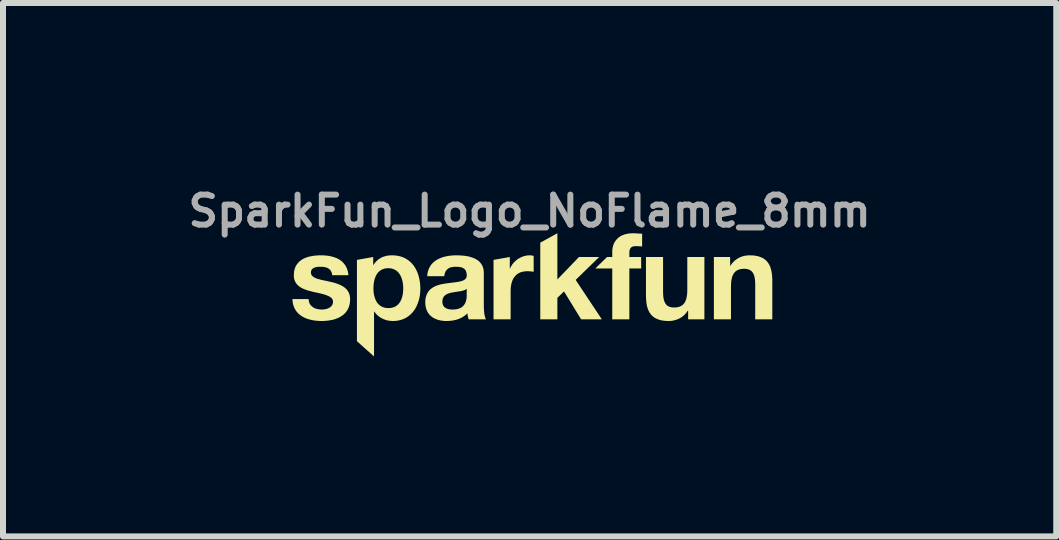
<source format=kicad_pcb>
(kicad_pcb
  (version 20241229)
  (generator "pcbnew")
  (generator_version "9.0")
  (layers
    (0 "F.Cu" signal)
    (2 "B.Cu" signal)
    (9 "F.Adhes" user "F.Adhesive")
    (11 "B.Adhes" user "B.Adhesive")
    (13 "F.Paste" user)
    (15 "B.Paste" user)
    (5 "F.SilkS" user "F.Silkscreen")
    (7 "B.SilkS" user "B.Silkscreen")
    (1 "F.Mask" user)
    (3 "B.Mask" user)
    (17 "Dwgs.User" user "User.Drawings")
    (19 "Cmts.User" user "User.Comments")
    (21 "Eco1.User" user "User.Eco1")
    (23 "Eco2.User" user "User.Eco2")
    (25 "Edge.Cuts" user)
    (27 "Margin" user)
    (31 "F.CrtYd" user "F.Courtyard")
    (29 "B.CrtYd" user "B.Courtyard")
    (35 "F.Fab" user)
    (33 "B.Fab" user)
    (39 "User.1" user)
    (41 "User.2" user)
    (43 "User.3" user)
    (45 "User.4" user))
  (footprint "SparkFun_Logo_NoFlame_8mm"
    (layer "F.Cu")
    (at 5.779 1.738)
    (property "Reference" "SparkFun_Logo_NoFlame_8mm" (at 0 -1.27 0) (layer "F.Fab") (effects (font (size 0.5 0.5) (thickness 0.1))))
    (attr board_only exclude_from_pos_files exclude_from_bom)
    (fp_poly (pts (xy 0.462 -0.13) (xy 0.822 -0.504) (xy 1.159 -0.504) (xy 0.767 -0.122) (xy 1.203 0.535) (xy 0.858 0.535) (xy 0.573 0.07) (xy 0.462 0.177) (xy 0.462 0.535) (xy 0.177 0.535) (xy 0.177 -0.743) (xy 0.462 -0.9)) (stroke (width 0) (type solid)) (fill yes) (layer "F.SilkS"))
    (fp_poly (pts (xy 0.008 -0.532) (xy 0.012 -0.532) (xy 0.016 -0.532) (xy 0.02 -0.531) (xy 0.028 -0.53) (xy 0.036 -0.529) (xy 0.044 -0.528) (xy 0.052 -0.526) (xy 0.059 -0.524) (xy 0.067 -0.522) (xy 0.067 -0.257) (xy 0.056 -0.259) (xy 0.044 -0.261) (xy 0.032 -0.263) (xy 0.018 -0.264) (xy 0.005 -0.265) (xy -0.009 -0.266) (xy -0.023 -0.267) (xy -0.036 -0.267) (xy -0.055 -0.266) (xy -0.074 -0.265) (xy -0.092 -0.263) (xy -0.109 -0.26) (xy -0.125 -0.256) (xy -0.14 -0.252) (xy -0.155 -0.247) (xy -0.169 -0.241) (xy -0.182 -0.234) (xy -0.195 -0.227) (xy -0.206 -0.219) (xy -0.218 -0.21) (xy -0.228 -0.201) (xy -0.238 -0.191) (xy -0.247 -0.18) (xy -0.256 -0.169) (xy -0.264 -0.158) (xy -0.271 -0.146) (xy -0.278 -0.133) (xy -0.284 -0.12) (xy -0.289 -0.107) (xy -0.294 -0.093) (xy -0.299 -0.078) (xy -0.303 -0.063) (xy -0.306 -0.048) (xy -0.309 -0.033) (xy -0.314 -0.001) (xy -0.316 0.032) (xy -0.317 0.067) (xy -0.317 0.535) (xy -0.602 0.535) (xy -0.602 -0.456) (xy -0.331 -0.504) (xy -0.331 -0.311) (xy -0.327 -0.311) (xy -0.322 -0.323) (xy -0.316 -0.335) (xy -0.31 -0.347) (xy -0.303 -0.358) (xy -0.296 -0.369) (xy -0.289 -0.38) (xy -0.281 -0.39) (xy -0.273 -0.401) (xy -0.264 -0.411) (xy -0.255 -0.42) (xy -0.246 -0.429) (xy -0.236 -0.438) (xy -0.226 -0.447) (xy -0.216 -0.455) (xy -0.205 -0.463) (xy -0.195 -0.471) (xy -0.184 -0.478) (xy -0.172 -0.484) (xy -0.161 -0.491) (xy -0.149 -0.497) (xy -0.137 -0.502) (xy -0.125 -0.507) (xy -0.113 -0.512) (xy -0.1 -0.516) (xy -0.087 -0.52) (xy -0.075 -0.523) (xy -0.062 -0.526) (xy -0.049 -0.528) (xy -0.036 -0.53) (xy -0.022 -0.531) (xy -0.009 -0.532) (xy 0.004 -0.532)) (stroke (width 0) (type solid)) (fill yes) (layer "F.SilkS"))
    (fp_poly (pts (xy 1.743 -0.899) (xy 1.762 -0.899) (xy 1.781 -0.898) (xy 1.8 -0.896) (xy 1.838 -0.894) (xy 1.857 -0.893) (xy 1.875 -0.892) (xy 1.875 -0.679) (xy 1.862 -0.68) (xy 1.849 -0.681) (xy 1.836 -0.682) (xy 1.823 -0.683) (xy 1.809 -0.684) (xy 1.796 -0.684) (xy 1.783 -0.685) (xy 1.771 -0.685) (xy 1.756 -0.684) (xy 1.75 -0.684) (xy 1.743 -0.683) (xy 1.737 -0.682) (xy 1.731 -0.681) (xy 1.726 -0.68) (xy 1.721 -0.678) (xy 1.715 -0.677) (xy 1.711 -0.675) (xy 1.706 -0.672) (xy 1.702 -0.67) (xy 1.698 -0.667) (xy 1.694 -0.664) (xy 1.69 -0.661) (xy 1.687 -0.658) (xy 1.684 -0.654) (xy 1.681 -0.65) (xy 1.678 -0.646) (xy 1.676 -0.642) (xy 1.673 -0.637) (xy 1.671 -0.632) (xy 1.669 -0.627) (xy 1.668 -0.621) (xy 1.666 -0.615) (xy 1.665 -0.609) (xy 1.664 -0.603) (xy 1.663 -0.596) (xy 1.662 -0.582) (xy 1.662 -0.566) (xy 1.662 -0.504) (xy 1.859 -0.504) (xy 1.859 -0.313) (xy 1.662 -0.313) (xy 1.662 0.535) (xy 1.377 0.535) (xy 1.377 -0.313) (xy 1.095 -0.313) (xy 1.29 -0.504) (xy 1.377 -0.504) (xy 1.377 -0.584) (xy 1.377 -0.601) (xy 1.378 -0.618) (xy 1.38 -0.635) (xy 1.382 -0.651) (xy 1.385 -0.667) (xy 1.389 -0.682) (xy 1.393 -0.697) (xy 1.398 -0.711) (xy 1.404 -0.726) (xy 1.41 -0.739) (xy 1.417 -0.752) (xy 1.425 -0.765) (xy 1.434 -0.777) (xy 1.443 -0.789) (xy 1.453 -0.8) (xy 1.463 -0.811) (xy 1.474 -0.821) (xy 1.486 -0.831) (xy 1.499 -0.84) (xy 1.512 -0.849) (xy 1.526 -0.856) (xy 1.54 -0.864) (xy 1.556 -0.87) (xy 1.572 -0.876) (xy 1.588 -0.882) (xy 1.606 -0.886) (xy 1.624 -0.89) (xy 1.642 -0.894) (xy 1.662 -0.896) (xy 1.682 -0.898) (xy 1.703 -0.899) (xy 1.724 -0.9)) (stroke (width 0) (type solid)) (fill yes) (layer "F.SilkS"))
    (fp_poly (pts (xy 2.224 0.083) (xy 2.225 0.114) (xy 2.227 0.143) (xy 2.23 0.17) (xy 2.234 0.194) (xy 2.239 0.217) (xy 2.247 0.238) (xy 2.251 0.248) (xy 2.255 0.257) (xy 2.26 0.266) (xy 2.265 0.274) (xy 2.271 0.282) (xy 2.277 0.289) (xy 2.283 0.296) (xy 2.29 0.302) (xy 2.297 0.308) (xy 2.305 0.313) (xy 2.313 0.318) (xy 2.322 0.322) (xy 2.331 0.326) (xy 2.34 0.329) (xy 2.35 0.331) (xy 2.36 0.334) (xy 2.371 0.335) (xy 2.383 0.337) (xy 2.394 0.337) (xy 2.407 0.338) (xy 2.421 0.337) (xy 2.435 0.337) (xy 2.448 0.335) (xy 2.461 0.334) (xy 2.473 0.331) (xy 2.485 0.328) (xy 2.496 0.325) (xy 2.507 0.321) (xy 2.517 0.316) (xy 2.527 0.311) (xy 2.536 0.305) (xy 2.545 0.299) (xy 2.553 0.292) (xy 2.561 0.285) (xy 2.568 0.277) (xy 2.575 0.268) (xy 2.582 0.259) (xy 2.588 0.249) (xy 2.594 0.238) (xy 2.599 0.227) (xy 2.603 0.215) (xy 2.608 0.203) (xy 2.612 0.19) (xy 2.615 0.176) (xy 2.618 0.161) (xy 2.621 0.146) (xy 2.623 0.13) (xy 2.625 0.114) (xy 2.626 0.096) (xy 2.627 0.079) (xy 2.628 0.04) (xy 2.628 -0.504) (xy 2.913 -0.504) (xy 2.913 0.535) (xy 2.642 0.535) (xy 2.642 0.39) (xy 2.636 0.39) (xy 2.629 0.401) (xy 2.622 0.411) (xy 2.614 0.422) (xy 2.606 0.431) (xy 2.598 0.441) (xy 2.59 0.45) (xy 2.582 0.459) (xy 2.573 0.467) (xy 2.564 0.475) (xy 2.555 0.482) (xy 2.545 0.49) (xy 2.536 0.497) (xy 2.516 0.509) (xy 2.495 0.521) (xy 2.474 0.531) (xy 2.453 0.539) (xy 2.431 0.546) (xy 2.409 0.552) (xy 2.386 0.557) (xy 2.364 0.56) (xy 2.341 0.562) (xy 2.318 0.563) (xy 2.291 0.562) (xy 2.264 0.561) (xy 2.239 0.558) (xy 2.215 0.555) (xy 2.192 0.551) (xy 2.171 0.545) (xy 2.15 0.539) (xy 2.131 0.532) (xy 2.113 0.524) (xy 2.096 0.515) (xy 2.08 0.506) (xy 2.065 0.495) (xy 2.051 0.484) (xy 2.038 0.472) (xy 2.026 0.459) (xy 2.015 0.445) (xy 2.005 0.431) (xy 1.995 0.416) (xy 1.987 0.4) (xy 1.979 0.383) (xy 1.972 0.366) (xy 1.966 0.348) (xy 1.96 0.329) (xy 1.955 0.31) (xy 1.948 0.27) (xy 1.943 0.227) (xy 1.94 0.182) (xy 1.939 0.135) (xy 1.939 -0.504) (xy 2.224 -0.504)) (stroke (width 0) (type solid)) (fill yes) (layer "F.SilkS"))
    (fp_poly (pts (xy 3.693 -0.531) (xy 3.72 -0.53) (xy 3.745 -0.528) (xy 3.769 -0.524) (xy 3.791 -0.52) (xy 3.813 -0.515) (xy 3.833 -0.508) (xy 3.853 -0.501) (xy 3.871 -0.493) (xy 3.888 -0.485) (xy 3.904 -0.475) (xy 3.919 -0.464) (xy 3.933 -0.453) (xy 3.946 -0.441) (xy 3.958 -0.428) (xy 3.969 -0.414) (xy 3.979 -0.4) (xy 3.988 -0.385) (xy 3.997 -0.369) (xy 4.005 -0.353) (xy 4.012 -0.335) (xy 4.018 -0.317) (xy 4.023 -0.299) (xy 4.028 -0.279) (xy 4.036 -0.239) (xy 4.041 -0.196) (xy 4.044 -0.151) (xy 4.045 -0.104) (xy 4.045 0.535) (xy 3.76 0.535) (xy 3.76 -0.052) (xy 3.759 -0.083) (xy 3.757 -0.112) (xy 3.754 -0.139) (xy 3.75 -0.164) (xy 3.744 -0.187) (xy 3.737 -0.208) (xy 3.733 -0.217) (xy 3.729 -0.227) (xy 3.724 -0.235) (xy 3.719 -0.243) (xy 3.713 -0.251) (xy 3.707 -0.258) (xy 3.701 -0.265) (xy 3.694 -0.271) (xy 3.687 -0.277) (xy 3.679 -0.282) (xy 3.671 -0.287) (xy 3.662 -0.291) (xy 3.653 -0.295) (xy 3.644 -0.298) (xy 3.634 -0.301) (xy 3.623 -0.303) (xy 3.612 -0.305) (xy 3.601 -0.306) (xy 3.589 -0.307) (xy 3.577 -0.307) (xy 3.563 -0.307) (xy 3.549 -0.306) (xy 3.536 -0.305) (xy 3.523 -0.303) (xy 3.511 -0.301) (xy 3.499 -0.298) (xy 3.488 -0.294) (xy 3.477 -0.29) (xy 3.467 -0.286) (xy 3.457 -0.281) (xy 3.448 -0.275) (xy 3.439 -0.269) (xy 3.431 -0.262) (xy 3.423 -0.254) (xy 3.415 -0.246) (xy 3.408 -0.237) (xy 3.402 -0.228) (xy 3.396 -0.218) (xy 3.39 -0.208) (xy 3.385 -0.196) (xy 3.38 -0.185) (xy 3.376 -0.172) (xy 3.372 -0.159) (xy 3.369 -0.145) (xy 3.366 -0.131) (xy 3.363 -0.115) (xy 3.361 -0.1) (xy 3.359 -0.083) (xy 3.358 -0.066) (xy 3.357 -0.048) (xy 3.356 -0.01) (xy 3.356 0.535) (xy 3.071 0.535) (xy 3.071 -0.504) (xy 3.342 -0.504) (xy 3.342 -0.359) (xy 3.348 -0.359) (xy 3.355 -0.37) (xy 3.362 -0.381) (xy 3.37 -0.391) (xy 3.377 -0.401) (xy 3.385 -0.41) (xy 3.394 -0.419) (xy 3.402 -0.428) (xy 3.411 -0.436) (xy 3.42 -0.444) (xy 3.429 -0.452) (xy 3.439 -0.459) (xy 3.448 -0.466) (xy 3.468 -0.479) (xy 3.488 -0.49) (xy 3.509 -0.5) (xy 3.531 -0.509) (xy 3.553 -0.516) (xy 3.575 -0.522) (xy 3.597 -0.526) (xy 3.62 -0.529) (xy 3.643 -0.531) (xy 3.665 -0.532)) (stroke (width 0) (type solid)) (fill yes) (layer "F.SilkS"))
    (fp_poly (pts (xy -2.264 -0.531) (xy -2.235 -0.529) (xy -2.208 -0.525) (xy -2.181 -0.52) (xy -2.155 -0.514) (xy -2.13 -0.506) (xy -2.106 -0.497) (xy -2.083 -0.486) (xy -2.062 -0.475) (xy -2.041 -0.462) (xy -2.021 -0.448) (xy -2.002 -0.433) (xy -1.984 -0.417) (xy -1.967 -0.4) (xy -1.951 -0.382) (xy -1.936 -0.363) (xy -1.922 -0.344) (xy -1.909 -0.323) (xy -1.897 -0.302) (xy -1.886 -0.28) (xy -1.876 -0.257) (xy -1.866 -0.234) (xy -1.858 -0.21) (xy -1.85 -0.185) (xy -1.844 -0.16) (xy -1.838 -0.135) (xy -1.829 -0.082) (xy -1.824 -0.029) (xy -1.822 0.026) (xy -1.824 0.078) (xy -1.829 0.129) (xy -1.838 0.179) (xy -1.851 0.227) (xy -1.867 0.274) (xy -1.886 0.318) (xy -1.897 0.339) (xy -1.909 0.36) (xy -1.922 0.38) (xy -1.936 0.399) (xy -1.95 0.417) (xy -1.966 0.434) (xy -1.983 0.451) (xy -2 0.466) (xy -2.018 0.481) (xy -2.037 0.494) (xy -2.057 0.507) (xy -2.078 0.518) (xy -2.1 0.528) (xy -2.123 0.537) (xy -2.147 0.545) (xy -2.171 0.551) (xy -2.197 0.556) (xy -2.223 0.56) (xy -2.25 0.562) (xy -2.278 0.563) (xy -2.302 0.562) (xy -2.325 0.56) (xy -2.348 0.557) (xy -2.371 0.553) (xy -2.393 0.547) (xy -2.414 0.54) (xy -2.435 0.532) (xy -2.455 0.523) (xy -2.475 0.512) (xy -2.494 0.501) (xy -2.512 0.488) (xy -2.529 0.474) (xy -2.546 0.459) (xy -2.561 0.442) (xy -2.576 0.425) (xy -2.59 0.406) (xy -2.594 0.406) (xy -2.594 1.154) (xy -2.879 0.9) (xy -2.879 0.018) (xy -2.604 0.018) (xy -2.603 0.05) (xy -2.601 0.081) (xy -2.597 0.111) (xy -2.591 0.141) (xy -2.583 0.169) (xy -2.574 0.197) (xy -2.562 0.222) (xy -2.556 0.235) (xy -2.549 0.246) (xy -2.541 0.258) (xy -2.533 0.268) (xy -2.524 0.278) (xy -2.515 0.288) (xy -2.505 0.297) (xy -2.494 0.305) (xy -2.483 0.313) (xy -2.472 0.32) (xy -2.459 0.326) (xy -2.446 0.332) (xy -2.433 0.336) (xy -2.418 0.34) (xy -2.404 0.344) (xy -2.388 0.346) (xy -2.372 0.347) (xy -2.355 0.348) (xy -2.337 0.347) (xy -2.321 0.346) (xy -2.305 0.344) (xy -2.29 0.34) (xy -2.276 0.336) (xy -2.262 0.332) (xy -2.25 0.326) (xy -2.237 0.32) (xy -2.226 0.313) (xy -2.215 0.305) (xy -2.204 0.297) (xy -2.194 0.288) (xy -2.185 0.278) (xy -2.177 0.268) (xy -2.169 0.258) (xy -2.161 0.246) (xy -2.154 0.235) (xy -2.148 0.222) (xy -2.142 0.21) (xy -2.137 0.197) (xy -2.132 0.183) (xy -2.127 0.169) (xy -2.123 0.155) (xy -2.12 0.141) (xy -2.114 0.111) (xy -2.111 0.081) (xy -2.108 0.05) (xy -2.108 0.018) (xy -2.108 -0.013) (xy -2.111 -0.044) (xy -2.115 -0.074) (xy -2.121 -0.104) (xy -2.129 -0.133) (xy -2.138 -0.161) (xy -2.15 -0.187) (xy -2.156 -0.2) (xy -2.164 -0.212) (xy -2.171 -0.223) (xy -2.179 -0.234) (xy -2.188 -0.245) (xy -2.198 -0.255) (xy -2.207 -0.264) (xy -2.218 -0.273) (xy -2.229 -0.281) (xy -2.241 -0.288) (xy -2.253 -0.295) (xy -2.266 -0.3) (xy -2.279 -0.305) (xy -2.293 -0.309) (xy -2.308 -0.313) (xy -2.324 -0.315) (xy -2.34 -0.317) (xy -2.357 -0.317) (xy -2.374 -0.317) (xy -2.39 -0.315) (xy -2.406 -0.313) (xy -2.421 -0.31) (xy -2.435 -0.305) (xy -2.449 -0.301) (xy -2.462 -0.295) (xy -2.474 -0.288) (xy -2.486 -0.281) (xy -2.497 -0.273) (xy -2.507 -0.265) (xy -2.517 -0.255) (xy -2.526 -0.246) (xy -2.535 -0.235) (xy -2.543 -0.224) (xy -2.55 -0.213) (xy -2.557 -0.201) (xy -2.564 -0.188) (xy -2.569 -0.175) (xy -2.575 -0.162) (xy -2.58 -0.148) (xy -2.584 -0.134) (xy -2.588 -0.12) (xy -2.591 -0.105) (xy -2.597 -0.075) (xy -2.601 -0.044) (xy -2.603 -0.013) (xy -2.604 0.018) (xy -2.879 0.018) (xy -2.879 -0.456) (xy -2.608 -0.504) (xy -2.608 -0.371) (xy -2.604 -0.371) (xy -2.597 -0.382) (xy -2.59 -0.392) (xy -2.583 -0.401) (xy -2.575 -0.411) (xy -2.568 -0.419) (xy -2.56 -0.428) (xy -2.552 -0.436) (xy -2.544 -0.444) (xy -2.535 -0.451) (xy -2.527 -0.458) (xy -2.518 -0.465) (xy -2.509 -0.472) (xy -2.5 -0.478) (xy -2.49 -0.483) (xy -2.481 -0.489) (xy -2.471 -0.494) (xy -2.461 -0.499) (xy -2.451 -0.503) (xy -2.43 -0.511) (xy -2.409 -0.517) (xy -2.387 -0.523) (xy -2.365 -0.527) (xy -2.342 -0.53) (xy -2.318 -0.531) (xy -2.294 -0.532)) (stroke (width 0) (type solid)) (fill yes) (layer "F.SilkS"))
    (fp_poly (pts (xy -1.181 -0.531) (xy -1.141 -0.529) (xy -1.101 -0.526) (xy -1.061 -0.521) (xy -1.023 -0.514) (xy -0.985 -0.504) (xy -0.949 -0.492) (xy -0.914 -0.478) (xy -0.898 -0.469) (xy -0.883 -0.46) (xy -0.868 -0.45) (xy -0.854 -0.44) (xy -0.84 -0.428) (xy -0.828 -0.416) (xy -0.817 -0.402) (xy -0.806 -0.388) (xy -0.797 -0.373) (xy -0.788 -0.357) (xy -0.781 -0.339) (xy -0.775 -0.321) (xy -0.77 -0.302) (xy -0.767 -0.281) (xy -0.765 -0.26) (xy -0.764 -0.237) (xy -0.764 0.304) (xy -0.763 0.339) (xy -0.762 0.374) (xy -0.759 0.407) (xy -0.756 0.439) (xy -0.753 0.454) (xy -0.751 0.468) (xy -0.748 0.481) (xy -0.744 0.494) (xy -0.741 0.506) (xy -0.737 0.517) (xy -0.733 0.526) (xy -0.728 0.535) (xy -1.017 0.535) (xy -1.021 0.523) (xy -1.024 0.51) (xy -1.027 0.498) (xy -1.03 0.485) (xy -1.033 0.472) (xy -1.035 0.46) (xy -1.036 0.447) (xy -1.037 0.434) (xy -1.055 0.451) (xy -1.073 0.467) (xy -1.092 0.481) (xy -1.112 0.494) (xy -1.132 0.506) (xy -1.154 0.516) (xy -1.175 0.526) (xy -1.198 0.534) (xy -1.22 0.541) (xy -1.243 0.547) (xy -1.267 0.552) (xy -1.291 0.556) (xy -1.314 0.559) (xy -1.339 0.561) (xy -1.363 0.562) (xy -1.387 0.563) (xy -1.424 0.562) (xy -1.459 0.558) (xy -1.493 0.552) (xy -1.526 0.544) (xy -1.542 0.539) (xy -1.557 0.533) (xy -1.572 0.527) (xy -1.586 0.52) (xy -1.6 0.513) (xy -1.613 0.505) (xy -1.626 0.496) (xy -1.638 0.487) (xy -1.65 0.477) (xy -1.661 0.466) (xy -1.671 0.455) (xy -1.681 0.443) (xy -1.69 0.431) (xy -1.698 0.418) (xy -1.706 0.404) (xy -1.713 0.39) (xy -1.719 0.375) (xy -1.725 0.359) (xy -1.729 0.343) (xy -1.733 0.326) (xy -1.736 0.308) (xy -1.738 0.29) (xy -1.74 0.271) (xy -1.74 0.251) (xy -1.74 0.239) (xy -1.455 0.239) (xy -1.455 0.249) (xy -1.454 0.258) (xy -1.453 0.267) (xy -1.451 0.275) (xy -1.449 0.283) (xy -1.447 0.29) (xy -1.444 0.297) (xy -1.441 0.304) (xy -1.437 0.31) (xy -1.433 0.316) (xy -1.429 0.322) (xy -1.424 0.327) (xy -1.419 0.332) (xy -1.414 0.337) (xy -1.408 0.341) (xy -1.402 0.345) (xy -1.396 0.348) (xy -1.39 0.352) (xy -1.383 0.355) (xy -1.376 0.358) (xy -1.369 0.36) (xy -1.362 0.362) (xy -1.354 0.364) (xy -1.347 0.366) (xy -1.331 0.369) (xy -1.314 0.371) (xy -1.297 0.372) (xy -1.28 0.372) (xy -1.26 0.371) (xy -1.241 0.37) (xy -1.223 0.368) (xy -1.206 0.364) (xy -1.191 0.36) (xy -1.176 0.355) (xy -1.163 0.35) (xy -1.15 0.344) (xy -1.138 0.337) (xy -1.128 0.329) (xy -1.118 0.322) (xy -1.109 0.313) (xy -1.101 0.305) (xy -1.094 0.295) (xy -1.087 0.286) (xy -1.081 0.277) (xy -1.076 0.267) (xy -1.071 0.257) (xy -1.067 0.247) (xy -1.064 0.237) (xy -1.058 0.217) (xy -1.054 0.197) (xy -1.051 0.179) (xy -1.05 0.162) (xy -1.049 0.133) (xy -1.049 0.026) (xy -1.054 0.03) (xy -1.059 0.034) (xy -1.064 0.037) (xy -1.07 0.04) (xy -1.081 0.046) (xy -1.094 0.051) (xy -1.108 0.056) (xy -1.122 0.06) (xy -1.137 0.063) (xy -1.153 0.066) (xy -1.286 0.087) (xy -1.303 0.09) (xy -1.319 0.094) (xy -1.335 0.098) (xy -1.35 0.103) (xy -1.365 0.108) (xy -1.379 0.115) (xy -1.392 0.122) (xy -1.398 0.126) (xy -1.404 0.13) (xy -1.41 0.134) (xy -1.415 0.139) (xy -1.42 0.144) (xy -1.425 0.149) (xy -1.43 0.155) (xy -1.434 0.161) (xy -1.438 0.167) (xy -1.441 0.174) (xy -1.444 0.181) (xy -1.447 0.188) (xy -1.45 0.196) (xy -1.451 0.204) (xy -1.453 0.212) (xy -1.454 0.221) (xy -1.455 0.23) (xy -1.455 0.239) (xy -1.74 0.239) (xy -1.738 0.209) (xy -1.732 0.171) (xy -1.722 0.137) (xy -1.709 0.106) (xy -1.693 0.079) (xy -1.674 0.054) (xy -1.653 0.033) (xy -1.629 0.014) (xy -1.603 -0.002) (xy -1.576 -0.016) (xy -1.547 -0.028) (xy -1.517 -0.038) (xy -1.486 -0.046) (xy -1.454 -0.053) (xy -1.389 -0.064) (xy -1.262 -0.08) (xy -1.203 -0.088) (xy -1.152 -0.098) (xy -1.129 -0.105) (xy -1.108 -0.113) (xy -1.09 -0.122) (xy -1.075 -0.134) (xy -1.063 -0.147) (xy -1.055 -0.162) (xy -1.05 -0.18) (xy -1.049 -0.201) (xy -1.049 -0.212) (xy -1.05 -0.222) (xy -1.051 -0.232) (xy -1.053 -0.241) (xy -1.055 -0.25) (xy -1.058 -0.258) (xy -1.061 -0.266) (xy -1.064 -0.273) (xy -1.068 -0.28) (xy -1.072 -0.287) (xy -1.076 -0.293) (xy -1.081 -0.298) (xy -1.086 -0.303) (xy -1.092 -0.308) (xy -1.098 -0.312) (xy -1.104 -0.316) (xy -1.11 -0.32) (xy -1.117 -0.323) (xy -1.124 -0.326) (xy -1.131 -0.329) (xy -1.139 -0.331) (xy -1.147 -0.333) (xy -1.155 -0.335) (xy -1.163 -0.336) (xy -1.18 -0.339) (xy -1.197 -0.34) (xy -1.215 -0.341) (xy -1.234 -0.341) (xy -1.254 -0.341) (xy -1.273 -0.339) (xy -1.292 -0.336) (xy -1.309 -0.333) (xy -1.317 -0.33) (xy -1.325 -0.328) (xy -1.332 -0.325) (xy -1.34 -0.321) (xy -1.347 -0.318) (xy -1.353 -0.314) (xy -1.36 -0.31) (xy -1.366 -0.305) (xy -1.372 -0.3) (xy -1.378 -0.295) (xy -1.383 -0.289) (xy -1.388 -0.283) (xy -1.393 -0.277) (xy -1.397 -0.271) (xy -1.401 -0.264) (xy -1.405 -0.256) (xy -1.408 -0.249) (xy -1.411 -0.241) (xy -1.414 -0.232) (xy -1.416 -0.223) (xy -1.419 -0.214) (xy -1.42 -0.205) (xy -1.422 -0.195) (xy -1.423 -0.184) (xy -1.708 -0.184) (xy -1.706 -0.209) (xy -1.703 -0.232) (xy -1.698 -0.254) (xy -1.692 -0.275) (xy -1.685 -0.296) (xy -1.677 -0.315) (xy -1.668 -0.333) (xy -1.658 -0.351) (xy -1.647 -0.367) (xy -1.635 -0.383) (xy -1.622 -0.397) (xy -1.608 -0.411) (xy -1.594 -0.424) (xy -1.578 -0.436) (xy -1.562 -0.447) (xy -1.545 -0.458) (xy -1.528 -0.467) (xy -1.51 -0.476) (xy -1.492 -0.484) (xy -1.473 -0.492) (xy -1.453 -0.499) (xy -1.433 -0.505) (xy -1.413 -0.51) (xy -1.392 -0.515) (xy -1.35 -0.523) (xy -1.307 -0.528) (xy -1.264 -0.531) (xy -1.22 -0.532)) (stroke (width 0) (type solid)) (fill yes) (layer "F.SilkS"))
    (fp_poly (pts (xy -3.437 -0.531) (xy -3.396 -0.528) (xy -3.355 -0.523) (xy -3.316 -0.516) (xy -3.278 -0.506) (xy -3.241 -0.494) (xy -3.206 -0.48) (xy -3.19 -0.471) (xy -3.174 -0.462) (xy -3.159 -0.452) (xy -3.144 -0.441) (xy -3.13 -0.43) (xy -3.116 -0.418) (xy -3.104 -0.404) (xy -3.092 -0.39) (xy -3.081 -0.376) (xy -3.07 -0.36) (xy -3.061 -0.343) (xy -3.052 -0.326) (xy -3.045 -0.307) (xy -3.038 -0.288) (xy -3.032 -0.268) (xy -3.027 -0.246) (xy -3.024 -0.224) (xy -3.021 -0.201) (xy -3.292 -0.201) (xy -3.293 -0.211) (xy -3.295 -0.22) (xy -3.296 -0.23) (xy -3.299 -0.238) (xy -3.301 -0.247) (xy -3.304 -0.255) (xy -3.308 -0.262) (xy -3.312 -0.269) (xy -3.316 -0.276) (xy -3.32 -0.282) (xy -3.325 -0.288) (xy -3.33 -0.294) (xy -3.336 -0.299) (xy -3.342 -0.304) (xy -3.348 -0.308) (xy -3.354 -0.312) (xy -3.361 -0.316) (xy -3.368 -0.32) (xy -3.375 -0.323) (xy -3.383 -0.326) (xy -3.39 -0.329) (xy -3.398 -0.331) (xy -3.406 -0.333) (xy -3.415 -0.335) (xy -3.432 -0.338) (xy -3.45 -0.34) (xy -3.468 -0.341) (xy -3.487 -0.341) (xy -3.499 -0.341) (xy -3.512 -0.341) (xy -3.526 -0.34) (xy -3.539 -0.338) (xy -3.552 -0.336) (xy -3.566 -0.334) (xy -3.578 -0.33) (xy -3.591 -0.325) (xy -3.596 -0.323) (xy -3.602 -0.32) (xy -3.608 -0.317) (xy -3.613 -0.313) (xy -3.618 -0.309) (xy -3.622 -0.305) (xy -3.626 -0.301) (xy -3.63 -0.296) (xy -3.634 -0.291) (xy -3.637 -0.286) (xy -3.639 -0.28) (xy -3.642 -0.274) (xy -3.644 -0.267) (xy -3.645 -0.26) (xy -3.646 -0.253) (xy -3.646 -0.245) (xy -3.645 -0.235) (xy -3.644 -0.226) (xy -3.642 -0.218) (xy -3.639 -0.21) (xy -3.635 -0.203) (xy -3.63 -0.196) (xy -3.624 -0.189) (xy -3.618 -0.183) (xy -3.611 -0.177) (xy -3.603 -0.171) (xy -3.595 -0.166) (xy -3.586 -0.161) (xy -3.576 -0.156) (xy -3.566 -0.152) (xy -3.556 -0.147) (xy -3.544 -0.143) (xy -3.521 -0.136) (xy -3.495 -0.129) (xy -3.469 -0.122) (xy -3.441 -0.116) (xy -3.382 -0.104) (xy -3.352 -0.097) (xy -3.322 -0.09) (xy -3.291 -0.083) (xy -3.26 -0.075) (xy -3.23 -0.066) (xy -3.201 -0.056) (xy -3.172 -0.044) (xy -3.145 -0.032) (xy -3.119 -0.018) (xy -3.095 -0.002) (xy -3.084 0.006) (xy -3.073 0.015) (xy -3.063 0.024) (xy -3.053 0.034) (xy -3.044 0.045) (xy -3.036 0.056) (xy -3.028 0.068) (xy -3.021 0.08) (xy -3.015 0.093) (xy -3.009 0.106) (xy -3.004 0.12) (xy -3 0.135) (xy -2.997 0.15) (xy -2.995 0.167) (xy -2.993 0.184) (xy -2.993 0.201) (xy -2.994 0.226) (xy -2.996 0.25) (xy -2.999 0.273) (xy -3.004 0.295) (xy -3.01 0.316) (xy -3.017 0.336) (xy -3.025 0.355) (xy -3.034 0.373) (xy -3.044 0.39) (xy -3.056 0.406) (xy -3.068 0.421) (xy -3.081 0.436) (xy -3.095 0.449) (xy -3.11 0.462) (xy -3.126 0.474) (xy -3.142 0.484) (xy -3.159 0.495) (xy -3.177 0.504) (xy -3.195 0.513) (xy -3.214 0.52) (xy -3.233 0.528) (xy -3.253 0.534) (xy -3.273 0.54) (xy -3.294 0.545) (xy -3.336 0.553) (xy -3.379 0.558) (xy -3.423 0.562) (xy -3.467 0.563) (xy -3.512 0.562) (xy -3.557 0.558) (xy -3.601 0.553) (xy -3.644 0.544) (xy -3.685 0.533) (xy -3.725 0.52) (xy -3.762 0.503) (xy -3.78 0.493) (xy -3.798 0.483) (xy -3.814 0.472) (xy -3.83 0.46) (xy -3.845 0.447) (xy -3.86 0.434) (xy -3.873 0.419) (xy -3.886 0.404) (xy -3.898 0.388) (xy -3.908 0.37) (xy -3.918 0.352) (xy -3.927 0.333) (xy -3.935 0.313) (xy -3.941 0.292) (xy -3.946 0.27) (xy -3.951 0.247) (xy -3.953 0.222) (xy -3.955 0.197) (xy -3.684 0.197) (xy -3.684 0.208) (xy -3.683 0.219) (xy -3.681 0.23) (xy -3.679 0.24) (xy -3.677 0.249) (xy -3.673 0.259) (xy -3.67 0.268) (xy -3.665 0.276) (xy -3.661 0.284) (xy -3.655 0.292) (xy -3.65 0.299) (xy -3.644 0.306) (xy -3.637 0.313) (xy -3.631 0.319) (xy -3.623 0.325) (xy -3.616 0.33) (xy -3.608 0.336) (xy -3.6 0.34) (xy -3.592 0.345) (xy -3.583 0.349) (xy -3.574 0.353) (xy -3.565 0.356) (xy -3.555 0.359) (xy -3.546 0.362) (xy -3.536 0.364) (xy -3.526 0.366) (xy -3.506 0.369) (xy -3.486 0.371) (xy -3.465 0.372) (xy -3.45 0.372) (xy -3.434 0.37) (xy -3.418 0.368) (xy -3.402 0.365) (xy -3.386 0.361) (xy -3.371 0.357) (xy -3.356 0.35) (xy -3.341 0.343) (xy -3.335 0.339) (xy -3.328 0.335) (xy -3.322 0.33) (xy -3.316 0.326) (xy -3.311 0.32) (xy -3.305 0.315) (xy -3.3 0.309) (xy -3.296 0.303) (xy -3.292 0.296) (xy -3.289 0.289) (xy -3.285 0.282) (xy -3.283 0.274) (xy -3.281 0.266) (xy -3.279 0.258) (xy -3.278 0.249) (xy -3.278 0.239) (xy -3.279 0.232) (xy -3.28 0.224) (xy -3.281 0.217) (xy -3.284 0.209) (xy -3.287 0.203) (xy -3.291 0.196) (xy -3.295 0.19) (xy -3.3 0.184) (xy -3.306 0.178) (xy -3.312 0.172) (xy -3.319 0.167) (xy -3.327 0.162) (xy -3.335 0.157) (xy -3.344 0.152) (xy -3.354 0.147) (xy -3.364 0.142) (xy -3.375 0.138) (xy -3.386 0.134) (xy -3.398 0.129) (xy -3.41 0.125) (xy -3.437 0.117) (xy -3.465 0.109) (xy -3.496 0.102) (xy -3.529 0.094) (xy -3.565 0.087) (xy -3.602 0.079) (xy -3.664 0.063) (xy -3.694 0.055) (xy -3.723 0.045) (xy -3.752 0.035) (xy -3.779 0.023) (xy -3.805 0.01) (xy -3.829 -0.005) (xy -3.84 -0.013) (xy -3.851 -0.021) (xy -3.861 -0.03) (xy -3.871 -0.04) (xy -3.88 -0.05) (xy -3.888 -0.06) (xy -3.896 -0.071) (xy -3.903 -0.083) (xy -3.909 -0.095) (xy -3.915 -0.108) (xy -3.92 -0.121) (xy -3.924 -0.135) (xy -3.927 -0.15) (xy -3.929 -0.165) (xy -3.931 -0.182) (xy -3.931 -0.198) (xy -3.93 -0.223) (xy -3.928 -0.246) (xy -3.925 -0.268) (xy -3.921 -0.289) (xy -3.915 -0.309) (xy -3.908 -0.328) (xy -3.901 -0.346) (xy -3.892 -0.362) (xy -3.882 -0.378) (xy -3.871 -0.393) (xy -3.859 -0.407) (xy -3.847 -0.421) (xy -3.833 -0.433) (xy -3.819 -0.444) (xy -3.804 -0.455) (xy -3.789 -0.465) (xy -3.772 -0.474) (xy -3.756 -0.482) (xy -3.738 -0.49) (xy -3.72 -0.496) (xy -3.702 -0.503) (xy -3.683 -0.508) (xy -3.664 -0.513) (xy -3.644 -0.517) (xy -3.604 -0.524) (xy -3.563 -0.528) (xy -3.521 -0.531) (xy -3.479 -0.532)) (stroke (width 0) (type solid)) (fill yes) (layer "F.SilkS")))
  (gr_rect
    (start -3 -3)
    (end 14.557 5.892)
    (stroke (width 0.1) (type default))
    (fill no)
    (layer "Edge.Cuts")))
</source>
